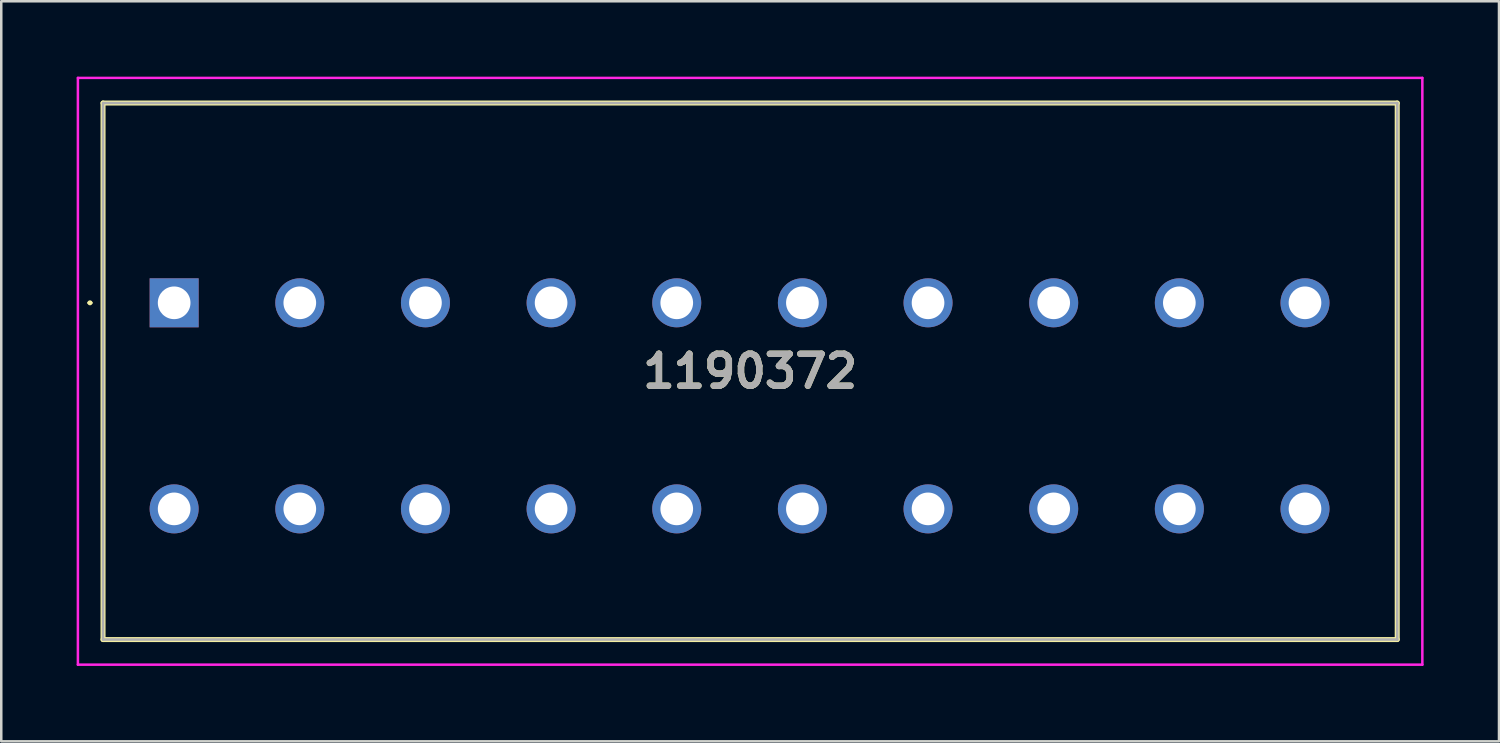
<source format=kicad_pcb>
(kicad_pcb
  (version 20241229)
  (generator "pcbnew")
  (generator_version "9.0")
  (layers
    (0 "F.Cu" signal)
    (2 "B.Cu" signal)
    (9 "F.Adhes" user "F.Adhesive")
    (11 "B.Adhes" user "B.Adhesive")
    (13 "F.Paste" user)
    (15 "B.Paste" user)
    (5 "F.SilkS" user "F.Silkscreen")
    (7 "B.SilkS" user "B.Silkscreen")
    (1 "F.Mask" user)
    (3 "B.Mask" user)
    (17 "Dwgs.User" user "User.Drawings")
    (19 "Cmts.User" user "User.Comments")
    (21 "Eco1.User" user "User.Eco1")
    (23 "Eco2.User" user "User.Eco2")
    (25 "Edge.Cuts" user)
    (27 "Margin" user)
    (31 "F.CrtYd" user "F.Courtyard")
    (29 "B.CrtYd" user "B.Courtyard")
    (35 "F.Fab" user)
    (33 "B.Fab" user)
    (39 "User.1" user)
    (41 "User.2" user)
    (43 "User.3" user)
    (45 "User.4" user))
  (footprint "1190372"
    (layer "F.Cu")
    (at 3.88 9)
    (property "Reference" "1190372" (at 22.92 2.725 0) (layer "F.SilkS") (effects (font (size 1.27 1.27) (thickness 0.254))))
    (attr through_hole)
    (fp_line (start -3.4 0) (end -3.4 0) (stroke (width 0.1) (type solid)) (layer "F.SilkS"))
    (fp_line (start -3.3 0) (end -3.3 0) (stroke (width 0.1) (type solid)) (layer "F.SilkS"))
    (fp_line (start -2.83 -7.95) (end 48.67 -7.95) (stroke (width 0.2) (type solid)) (layer "F.SilkS"))
    (fp_line (start -2.83 13.4) (end -2.83 -7.95) (stroke (width 0.2) (type solid)) (layer "F.SilkS"))
    (fp_line (start 48.67 -7.95) (end 48.67 13.4) (stroke (width 0.2) (type solid)) (layer "F.SilkS"))
    (fp_line (start 48.67 13.4) (end -2.83 13.4) (stroke (width 0.2) (type solid)) (layer "F.SilkS"))
    (fp_arc (start -3.4 0) (mid -3.35 -0.05) (end -3.3 0) (stroke (width 0.1) (type solid)) (layer "F.SilkS"))
    (fp_arc (start -3.3 0) (mid -3.35 0.05) (end -3.4 0) (stroke (width 0.1) (type solid)) (layer "F.SilkS"))
    (fp_line (start -3.83 -8.95) (end 49.67 -8.95) (stroke (width 0.1) (type solid)) (layer "F.CrtYd"))
    (fp_line (start -3.83 14.4) (end -3.83 -8.95) (stroke (width 0.1) (type solid)) (layer "F.CrtYd"))
    (fp_line (start 49.67 -8.95) (end 49.67 14.4) (stroke (width 0.1) (type solid)) (layer "F.CrtYd"))
    (fp_line (start 49.67 14.4) (end -3.83 14.4) (stroke (width 0.1) (type solid)) (layer "F.CrtYd"))
    (fp_line (start -2.83 -7.95) (end -2.83 13.4) (stroke (width 0.1) (type solid)) (layer "F.Fab"))
    (fp_line (start -2.83 13.4) (end 48.67 13.4) (stroke (width 0.1) (type solid)) (layer "F.Fab"))
    (fp_line (start 48.67 -7.95) (end -2.83 -7.95) (stroke (width 0.1) (type solid)) (layer "F.Fab"))
    (fp_line (start 48.67 13.4) (end 48.67 -7.95) (stroke (width 0.1) (type solid)) (layer "F.Fab"))
    (fp_text user "${REFERENCE}" (at 22.92 2.725 0) (layer "F.Fab") (effects (font (size 1.27 1.27) (thickness 0.254))))
    (pad "1" thru_hole rect (at 0 0) (size 1.95 1.95) (drill 1.3) (layers "*.Cu" "*.Mask"))
    (pad "1" thru_hole circle (at 0 8.2) (size 1.95 1.95) (drill 1.3) (layers "*.Cu" "*.Mask"))
    (pad "2" thru_hole circle (at 5 0) (size 1.95 1.95) (drill 1.3) (layers "*.Cu" "*.Mask"))
    (pad "2" thru_hole circle (at 5 8.2) (size 1.95 1.95) (drill 1.3) (layers "*.Cu" "*.Mask"))
    (pad "3" thru_hole circle (at 10 0) (size 1.95 1.95) (drill 1.3) (layers "*.Cu" "*.Mask"))
    (pad "3" thru_hole circle (at 10 8.2) (size 1.95 1.95) (drill 1.3) (layers "*.Cu" "*.Mask"))
    (pad "4" thru_hole circle (at 15 0) (size 1.95 1.95) (drill 1.3) (layers "*.Cu" "*.Mask"))
    (pad "4" thru_hole circle (at 15 8.2) (size 1.95 1.95) (drill 1.3) (layers "*.Cu" "*.Mask"))
    (pad "5" thru_hole circle (at 20 0) (size 1.95 1.95) (drill 1.3) (layers "*.Cu" "*.Mask"))
    (pad "5" thru_hole circle (at 20 8.2) (size 1.95 1.95) (drill 1.3) (layers "*.Cu" "*.Mask"))
    (pad "6" thru_hole circle (at 25 0) (size 1.95 1.95) (drill 1.3) (layers "*.Cu" "*.Mask"))
    (pad "6" thru_hole circle (at 25 8.2) (size 1.95 1.95) (drill 1.3) (layers "*.Cu" "*.Mask"))
    (pad "7" thru_hole circle (at 30 0) (size 1.95 1.95) (drill 1.3) (layers "*.Cu" "*.Mask"))
    (pad "7" thru_hole circle (at 30 8.2) (size 1.95 1.95) (drill 1.3) (layers "*.Cu" "*.Mask"))
    (pad "8" thru_hole circle (at 35 0) (size 1.95 1.95) (drill 1.3) (layers "*.Cu" "*.Mask"))
    (pad "8" thru_hole circle (at 35 8.2) (size 1.95 1.95) (drill 1.3) (layers "*.Cu" "*.Mask"))
    (pad "9" thru_hole circle (at 40 0) (size 1.95 1.95) (drill 1.3) (layers "*.Cu" "*.Mask"))
    (pad "9" thru_hole circle (at 40 8.2) (size 1.95 1.95) (drill 1.3) (layers "*.Cu" "*.Mask"))
    (pad "10" thru_hole circle (at 45 0) (size 1.95 1.95) (drill 1.3) (layers "*.Cu" "*.Mask"))
    (pad "10" thru_hole circle (at 45 8.2) (size 1.95 1.95) (drill 1.3) (layers "*.Cu" "*.Mask")))
  (gr_rect
    (start -3 -3)
    (end 56.6 26.45)
    (stroke (width 0.1) (type default))
    (fill no)
    (layer "Edge.Cuts")))
</source>
